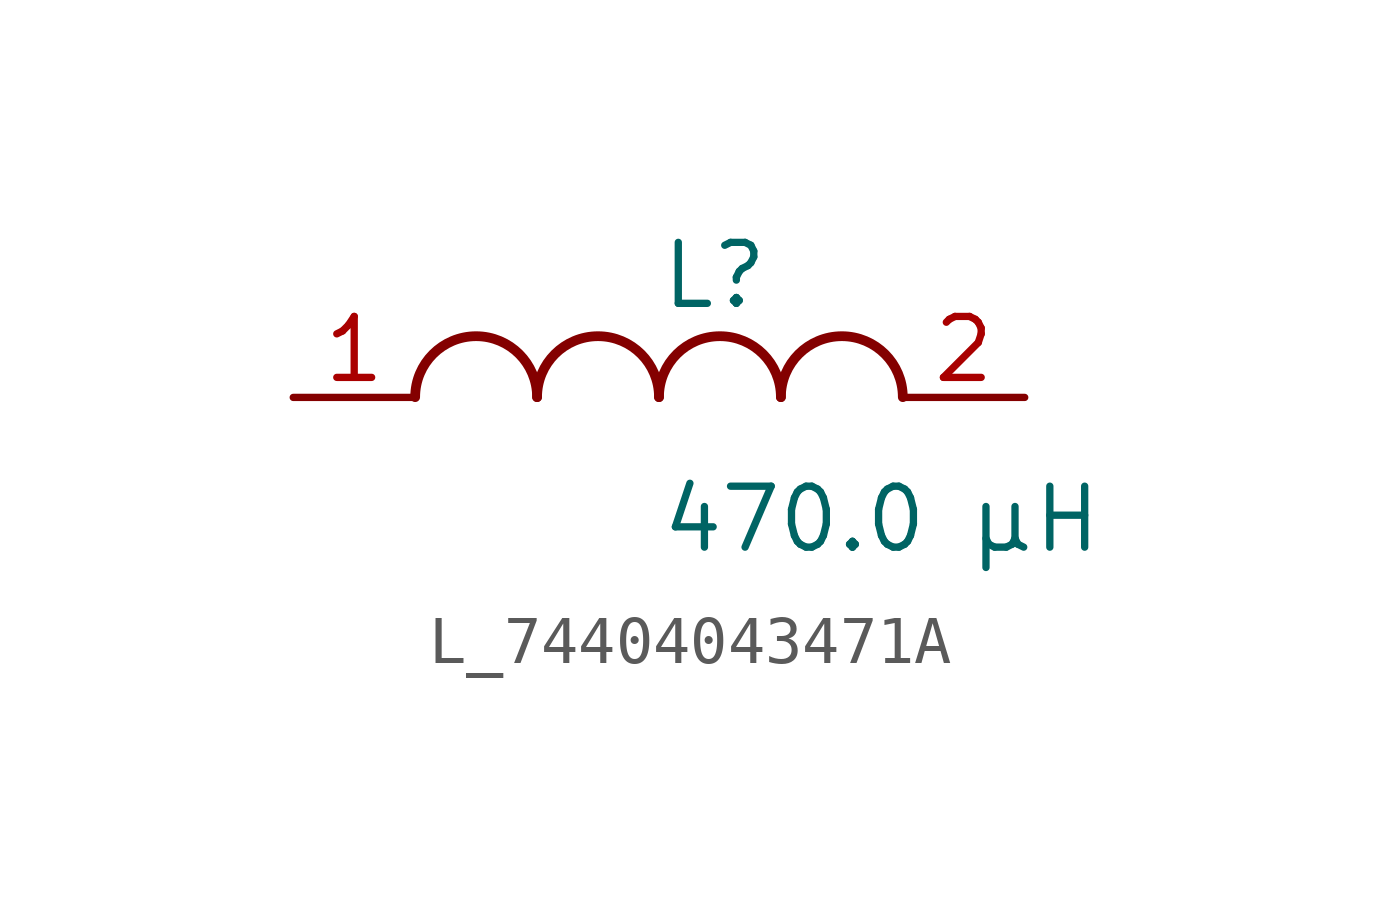
<source format=kicad_sym>
(kicad_symbol_lib
  (version 20231120)
  (generator kicad_symbol_editor)
  (generator_version 8.0)
  (symbol "L_74404043471A"
    (pin_names
      (offset 0.254))
    (property "Reference" "L"
      (at 0 2.54 0)
      (effects (font (size 1.27 1.27)) (justify left)))
    (property "Value" "470.0 µH"
      (at 0 -2.54 0)
      (effects (font (size 1.27 1.27)) (justify left)))
    (symbol "L_74404043471A_1_1"
      (arc (start -2.54 0.0056) (mid -3.81 1.27) (end -5.08 0.0056) (stroke (width 0.2032) (type default)) (fill (type none)))
      (arc (start 0 0.0056) (mid -1.27 1.27) (end -2.54 0.0056) (stroke (width 0.2032) (type default)) (fill (type none)))
      (arc (start 2.54 0.0056) (mid 1.27 1.27) (end 0 0.0056) (stroke (width 0.2032) (type default)) (fill (type none)))
      (arc (start 5.08 0.0056) (mid 3.81 1.27) (end 2.54 0.0056) (stroke (width 0.2032) (type default)) (fill (type none)))
      (pin unspecified line (at -7.62 0 0) (length 2.54) (name "" (effects (font (size 1.27 1.27)))) (number "1" (effects (font (size 1.27 1.27)))))
      (pin unspecified line (at 7.62 0 180) (length 2.54) (name "" (effects (font (size 1.27 1.27)))) (number "2" (effects (font (size 1.27 1.27))))))))
</source>
